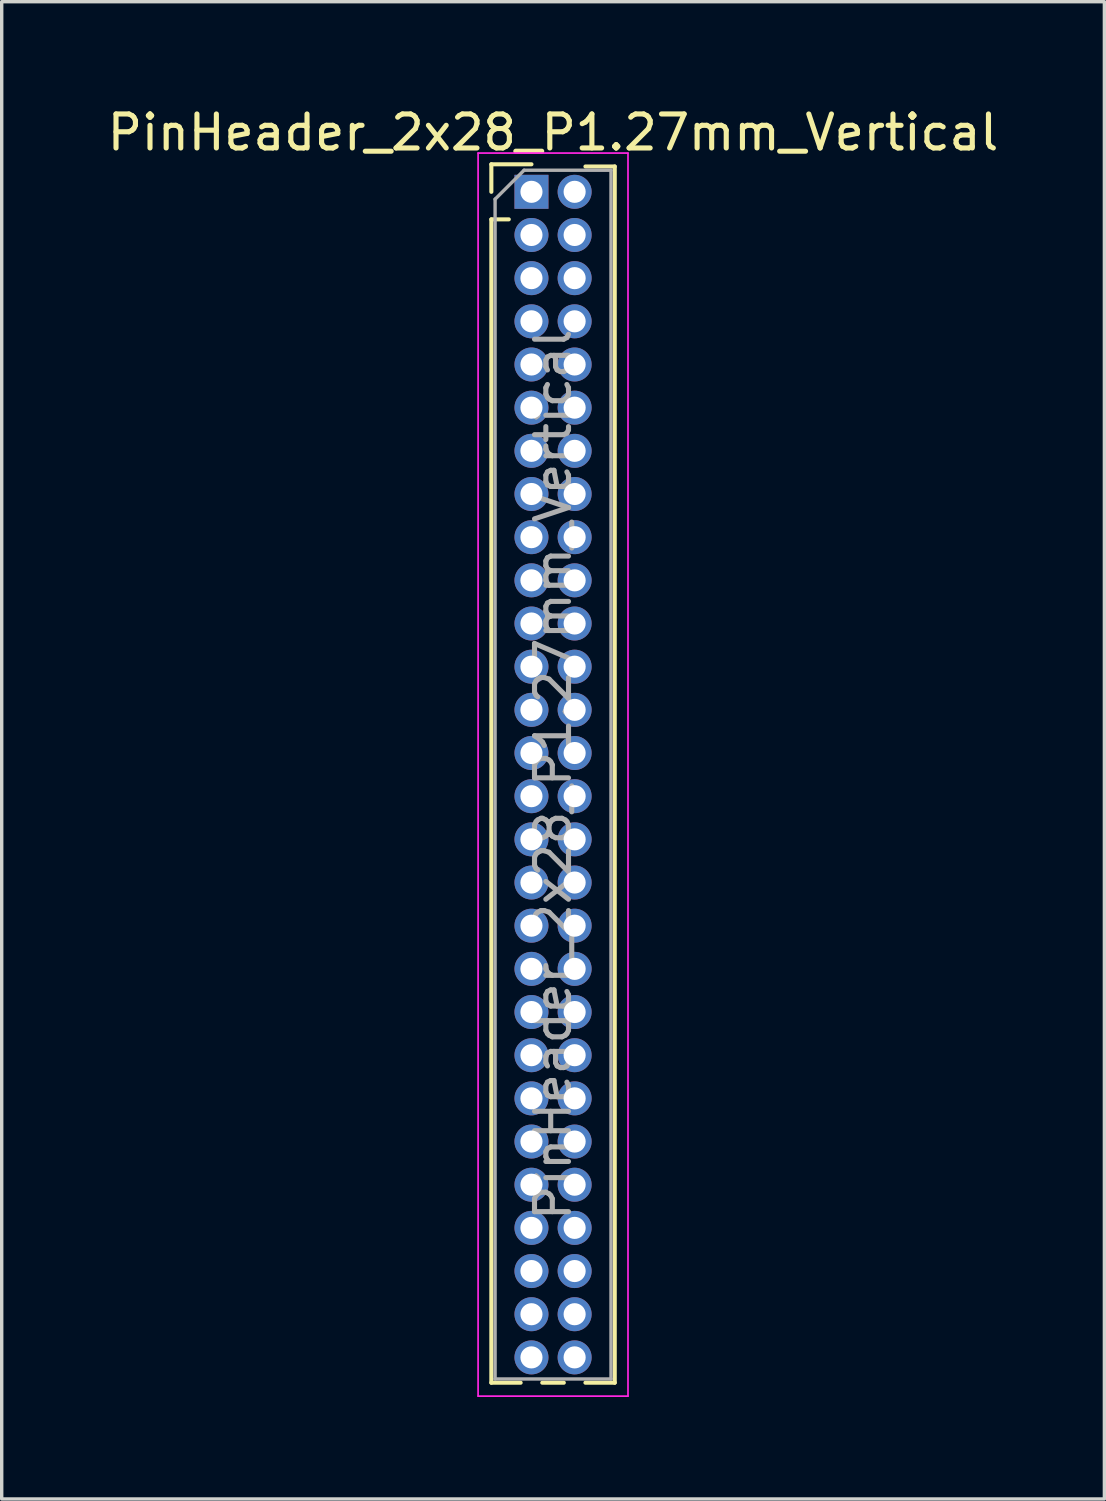
<source format=kicad_pcb>
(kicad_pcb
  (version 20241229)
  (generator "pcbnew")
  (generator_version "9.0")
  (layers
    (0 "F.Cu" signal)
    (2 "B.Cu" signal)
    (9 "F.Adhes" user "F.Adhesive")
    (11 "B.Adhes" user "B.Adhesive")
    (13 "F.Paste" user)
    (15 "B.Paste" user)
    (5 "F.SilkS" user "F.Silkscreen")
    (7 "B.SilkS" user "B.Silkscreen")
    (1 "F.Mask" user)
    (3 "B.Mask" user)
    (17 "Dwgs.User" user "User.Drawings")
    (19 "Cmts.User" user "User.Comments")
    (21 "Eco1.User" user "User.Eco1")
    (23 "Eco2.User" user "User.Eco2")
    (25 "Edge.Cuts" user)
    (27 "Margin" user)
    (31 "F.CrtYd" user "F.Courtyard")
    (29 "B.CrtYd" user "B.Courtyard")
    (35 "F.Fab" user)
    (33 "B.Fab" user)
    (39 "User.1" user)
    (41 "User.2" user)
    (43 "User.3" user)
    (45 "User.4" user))
  (footprint "PinHeader_2x28_P1.27mm_Vertical"
    (layer "F.Cu")
    (at 12.585 2.593)
    (property "Reference" "PinHeader_2x28_P1.27mm_Vertical" (at 0.635 -1.745 0) (layer "F.SilkS") (effects (font (size 1 1) (thickness 0.15))))
    (attr through_hole)
    (fp_line (start -1.18 -0.81) (end 0 -0.81) (stroke (width 0.12) (type solid)) (layer "F.SilkS"))
    (fp_line (start -1.18 0) (end -1.18 -0.81) (stroke (width 0.12) (type solid)) (layer "F.SilkS"))
    (fp_line (start -1.18 0.81) (end -1.18 35.035) (stroke (width 0.12) (type solid)) (layer "F.SilkS"))
    (fp_line (start -1.18 0.81) (end -0.667 0.81) (stroke (width 0.12) (type solid)) (layer "F.SilkS"))
    (fp_line (start -1.18 35.035) (end -0.318 35.035) (stroke (width 0.12) (type solid)) (layer "F.SilkS"))
    (fp_line (start 0.318 35.035) (end 0.952 35.035) (stroke (width 0.12) (type solid)) (layer "F.SilkS"))
    (fp_line (start 1.588 -0.745) (end 2.45 -0.745) (stroke (width 0.12) (type solid)) (layer "F.SilkS"))
    (fp_line (start 1.588 35.035) (end 2.45 35.035) (stroke (width 0.12) (type solid)) (layer "F.SilkS"))
    (fp_line (start 2.45 -0.745) (end 2.45 35.035) (stroke (width 0.12) (type solid)) (layer "F.SilkS"))
    (fp_line (start -1.57 -1.14) (end -1.57 35.43) (stroke (width 0.05) (type solid)) (layer "F.CrtYd"))
    (fp_line (start -1.57 35.43) (end 2.84 35.43) (stroke (width 0.05) (type solid)) (layer "F.CrtYd"))
    (fp_line (start 2.84 -1.14) (end -1.57 -1.14) (stroke (width 0.05) (type solid)) (layer "F.CrtYd"))
    (fp_line (start 2.84 35.43) (end 2.84 -1.14) (stroke (width 0.05) (type solid)) (layer "F.CrtYd"))
    (fp_line (start -1.07 0.217) (end -0.217 -0.635) (stroke (width 0.1) (type solid)) (layer "F.Fab"))
    (fp_line (start -1.07 34.925) (end -1.07 0.217) (stroke (width 0.1) (type solid)) (layer "F.Fab"))
    (fp_line (start -0.217 -0.635) (end 2.34 -0.635) (stroke (width 0.1) (type solid)) (layer "F.Fab"))
    (fp_line (start 2.34 -0.635) (end 2.34 34.925) (stroke (width 0.1) (type solid)) (layer "F.Fab"))
    (fp_line (start 2.34 34.925) (end -1.07 34.925) (stroke (width 0.1) (type solid)) (layer "F.Fab"))
    (fp_text user "${REFERENCE}" (at 0.635 17.145 90) (layer "F.Fab") (effects (font (size 1 1) (thickness 0.15))))
    (pad "1" thru_hole rect (at 0 0) (size 1 1) (drill 0.65) (layers "*.Cu" "*.Mask"))
    (pad "2" thru_hole circle (at 1.27 0) (size 1 1) (drill 0.65) (layers "*.Cu" "*.Mask"))
    (pad "3" thru_hole circle (at 0 1.27) (size 1 1) (drill 0.65) (layers "*.Cu" "*.Mask"))
    (pad "4" thru_hole circle (at 1.27 1.27) (size 1 1) (drill 0.65) (layers "*.Cu" "*.Mask"))
    (pad "5" thru_hole circle (at 0 2.54) (size 1 1) (drill 0.65) (layers "*.Cu" "*.Mask"))
    (pad "6" thru_hole circle (at 1.27 2.54) (size 1 1) (drill 0.65) (layers "*.Cu" "*.Mask"))
    (pad "7" thru_hole circle (at 0 3.81) (size 1 1) (drill 0.65) (layers "*.Cu" "*.Mask"))
    (pad "8" thru_hole circle (at 1.27 3.81) (size 1 1) (drill 0.65) (layers "*.Cu" "*.Mask"))
    (pad "9" thru_hole circle (at 0 5.08) (size 1 1) (drill 0.65) (layers "*.Cu" "*.Mask"))
    (pad "10" thru_hole circle (at 1.27 5.08) (size 1 1) (drill 0.65) (layers "*.Cu" "*.Mask"))
    (pad "11" thru_hole circle (at 0 6.35) (size 1 1) (drill 0.65) (layers "*.Cu" "*.Mask"))
    (pad "12" thru_hole circle (at 1.27 6.35) (size 1 1) (drill 0.65) (layers "*.Cu" "*.Mask"))
    (pad "13" thru_hole circle (at 0 7.62) (size 1 1) (drill 0.65) (layers "*.Cu" "*.Mask"))
    (pad "14" thru_hole circle (at 1.27 7.62) (size 1 1) (drill 0.65) (layers "*.Cu" "*.Mask"))
    (pad "15" thru_hole circle (at 0 8.89) (size 1 1) (drill 0.65) (layers "*.Cu" "*.Mask"))
    (pad "16" thru_hole circle (at 1.27 8.89) (size 1 1) (drill 0.65) (layers "*.Cu" "*.Mask"))
    (pad "17" thru_hole circle (at 0 10.16) (size 1 1) (drill 0.65) (layers "*.Cu" "*.Mask"))
    (pad "18" thru_hole circle (at 1.27 10.16) (size 1 1) (drill 0.65) (layers "*.Cu" "*.Mask"))
    (pad "19" thru_hole circle (at 0 11.43) (size 1 1) (drill 0.65) (layers "*.Cu" "*.Mask"))
    (pad "20" thru_hole circle (at 1.27 11.43) (size 1 1) (drill 0.65) (layers "*.Cu" "*.Mask"))
    (pad "21" thru_hole circle (at 0 12.7) (size 1 1) (drill 0.65) (layers "*.Cu" "*.Mask"))
    (pad "22" thru_hole circle (at 1.27 12.7) (size 1 1) (drill 0.65) (layers "*.Cu" "*.Mask"))
    (pad "23" thru_hole circle (at 0 13.97) (size 1 1) (drill 0.65) (layers "*.Cu" "*.Mask"))
    (pad "24" thru_hole circle (at 1.27 13.97) (size 1 1) (drill 0.65) (layers "*.Cu" "*.Mask"))
    (pad "25" thru_hole circle (at 0 15.24) (size 1 1) (drill 0.65) (layers "*.Cu" "*.Mask"))
    (pad "26" thru_hole circle (at 1.27 15.24) (size 1 1) (drill 0.65) (layers "*.Cu" "*.Mask"))
    (pad "27" thru_hole circle (at 0 16.51) (size 1 1) (drill 0.65) (layers "*.Cu" "*.Mask"))
    (pad "28" thru_hole circle (at 1.27 16.51) (size 1 1) (drill 0.65) (layers "*.Cu" "*.Mask"))
    (pad "29" thru_hole circle (at 0 17.78) (size 1 1) (drill 0.65) (layers "*.Cu" "*.Mask"))
    (pad "30" thru_hole circle (at 1.27 17.78) (size 1 1) (drill 0.65) (layers "*.Cu" "*.Mask"))
    (pad "31" thru_hole circle (at 0 19.05) (size 1 1) (drill 0.65) (layers "*.Cu" "*.Mask"))
    (pad "32" thru_hole circle (at 1.27 19.05) (size 1 1) (drill 0.65) (layers "*.Cu" "*.Mask"))
    (pad "33" thru_hole circle (at 0 20.32) (size 1 1) (drill 0.65) (layers "*.Cu" "*.Mask"))
    (pad "34" thru_hole circle (at 1.27 20.32) (size 1 1) (drill 0.65) (layers "*.Cu" "*.Mask"))
    (pad "35" thru_hole circle (at 0 21.59) (size 1 1) (drill 0.65) (layers "*.Cu" "*.Mask"))
    (pad "36" thru_hole circle (at 1.27 21.59) (size 1 1) (drill 0.65) (layers "*.Cu" "*.Mask"))
    (pad "37" thru_hole circle (at 0 22.86) (size 1 1) (drill 0.65) (layers "*.Cu" "*.Mask"))
    (pad "38" thru_hole circle (at 1.27 22.86) (size 1 1) (drill 0.65) (layers "*.Cu" "*.Mask"))
    (pad "39" thru_hole circle (at 0 24.13) (size 1 1) (drill 0.65) (layers "*.Cu" "*.Mask"))
    (pad "40" thru_hole circle (at 1.27 24.13) (size 1 1) (drill 0.65) (layers "*.Cu" "*.Mask"))
    (pad "41" thru_hole circle (at 0 25.4) (size 1 1) (drill 0.65) (layers "*.Cu" "*.Mask"))
    (pad "42" thru_hole circle (at 1.27 25.4) (size 1 1) (drill 0.65) (layers "*.Cu" "*.Mask"))
    (pad "43" thru_hole circle (at 0 26.67) (size 1 1) (drill 0.65) (layers "*.Cu" "*.Mask"))
    (pad "44" thru_hole circle (at 1.27 26.67) (size 1 1) (drill 0.65) (layers "*.Cu" "*.Mask"))
    (pad "45" thru_hole circle (at 0 27.94) (size 1 1) (drill 0.65) (layers "*.Cu" "*.Mask"))
    (pad "46" thru_hole circle (at 1.27 27.94) (size 1 1) (drill 0.65) (layers "*.Cu" "*.Mask"))
    (pad "47" thru_hole circle (at 0 29.21) (size 1 1) (drill 0.65) (layers "*.Cu" "*.Mask"))
    (pad "48" thru_hole circle (at 1.27 29.21) (size 1 1) (drill 0.65) (layers "*.Cu" "*.Mask"))
    (pad "49" thru_hole circle (at 0 30.48) (size 1 1) (drill 0.65) (layers "*.Cu" "*.Mask"))
    (pad "50" thru_hole circle (at 1.27 30.48) (size 1 1) (drill 0.65) (layers "*.Cu" "*.Mask"))
    (pad "51" thru_hole circle (at 0 31.75) (size 1 1) (drill 0.65) (layers "*.Cu" "*.Mask"))
    (pad "52" thru_hole circle (at 1.27 31.75) (size 1 1) (drill 0.65) (layers "*.Cu" "*.Mask"))
    (pad "53" thru_hole circle (at 0 33.02) (size 1 1) (drill 0.65) (layers "*.Cu" "*.Mask"))
    (pad "54" thru_hole circle (at 1.27 33.02) (size 1 1) (drill 0.65) (layers "*.Cu" "*.Mask"))
    (pad "55" thru_hole circle (at 0 34.29) (size 1 1) (drill 0.65) (layers "*.Cu" "*.Mask"))
    (pad "56" thru_hole circle (at 1.27 34.29) (size 1 1) (drill 0.65) (layers "*.Cu" "*.Mask")))
  (gr_rect
    (start -3 -3)
    (end 29.44 41.048)
    (stroke (width 0.1) (type default))
    (fill no)
    (layer "Edge.Cuts")))
</source>
